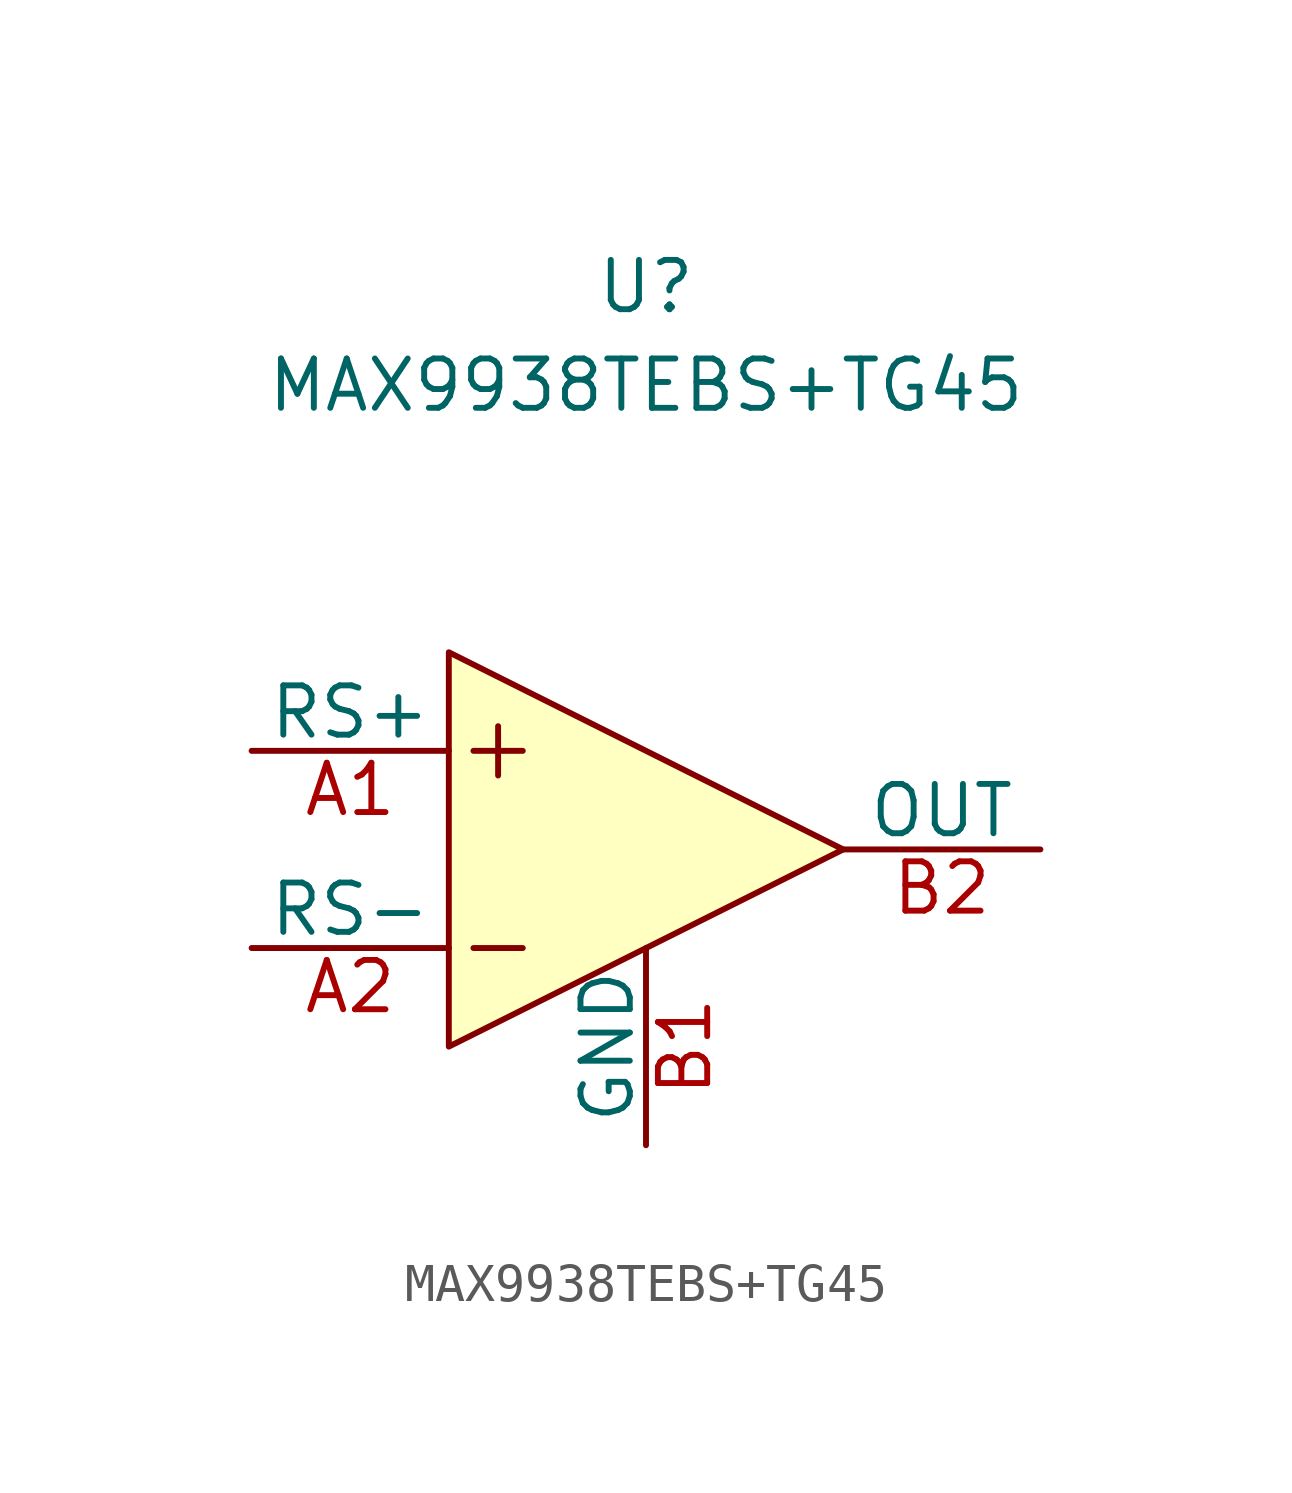
<source format=kicad_sym>
(kicad_symbol_lib
  (version 20231120)
  (generator "kicad_symbol_editor")
  (generator_version "8.0")
  (symbol "MAX9938TEBS+TG45"
    (pin_names
      (offset 0))
    (property "Reference" "U"
      (at 0 15.24 0)
      (effects (font (size 1.27 1.27)) (justify top)))
    (property "Value" "MAX9938TEBS+TG45"
      (at 0 12.7 0)
      (effects (font (size 1.27 1.27)) (justify top)))
    (symbol "MAX9938TEBS+TG45_1_1"
      (polyline (pts (xy -4.445 -2.54) (xy -3.175 -2.54)) (stroke (width 0) (type default)) (fill (type none)))
      (polyline (pts (xy -4.445 2.54) (xy -3.175 2.54)) (stroke (width 0) (type default)) (fill (type none)))
      (polyline (pts (xy -3.81 3.175) (xy -3.81 1.905)) (stroke (width 0) (type default)) (fill (type none)))
      (polyline (pts (xy -5.08 5.08) (xy -5.08 -5.08) (xy 5.08 0) (xy -5.08 5.08)) (stroke (width 0) (type default)) (fill (type background)))
      (pin passive line (at -10.16 2.54 0) (length 5.08) (name "RS+" (effects (font (size 1.27 1.27)))) (number "A1" (effects (font (size 1.27 1.27)))))
      (pin passive line (at -10.16 -2.54 0) (length 5.08) (name "RS-" (effects (font (size 1.27 1.27)))) (number "A2" (effects (font (size 1.27 1.27)))))
      (pin passive line (at 0 -7.62 90) (length 5.08) (name "GND" (effects (font (size 1.27 1.27)))) (number "B1" (effects (font (size 1.27 1.27)))))
      (pin passive line (at 10.16 0 180) (length 5.08) (name "OUT" (effects (font (size 1.27 1.27)))) (number "B2" (effects (font (size 1.27 1.27))))))))
</source>
